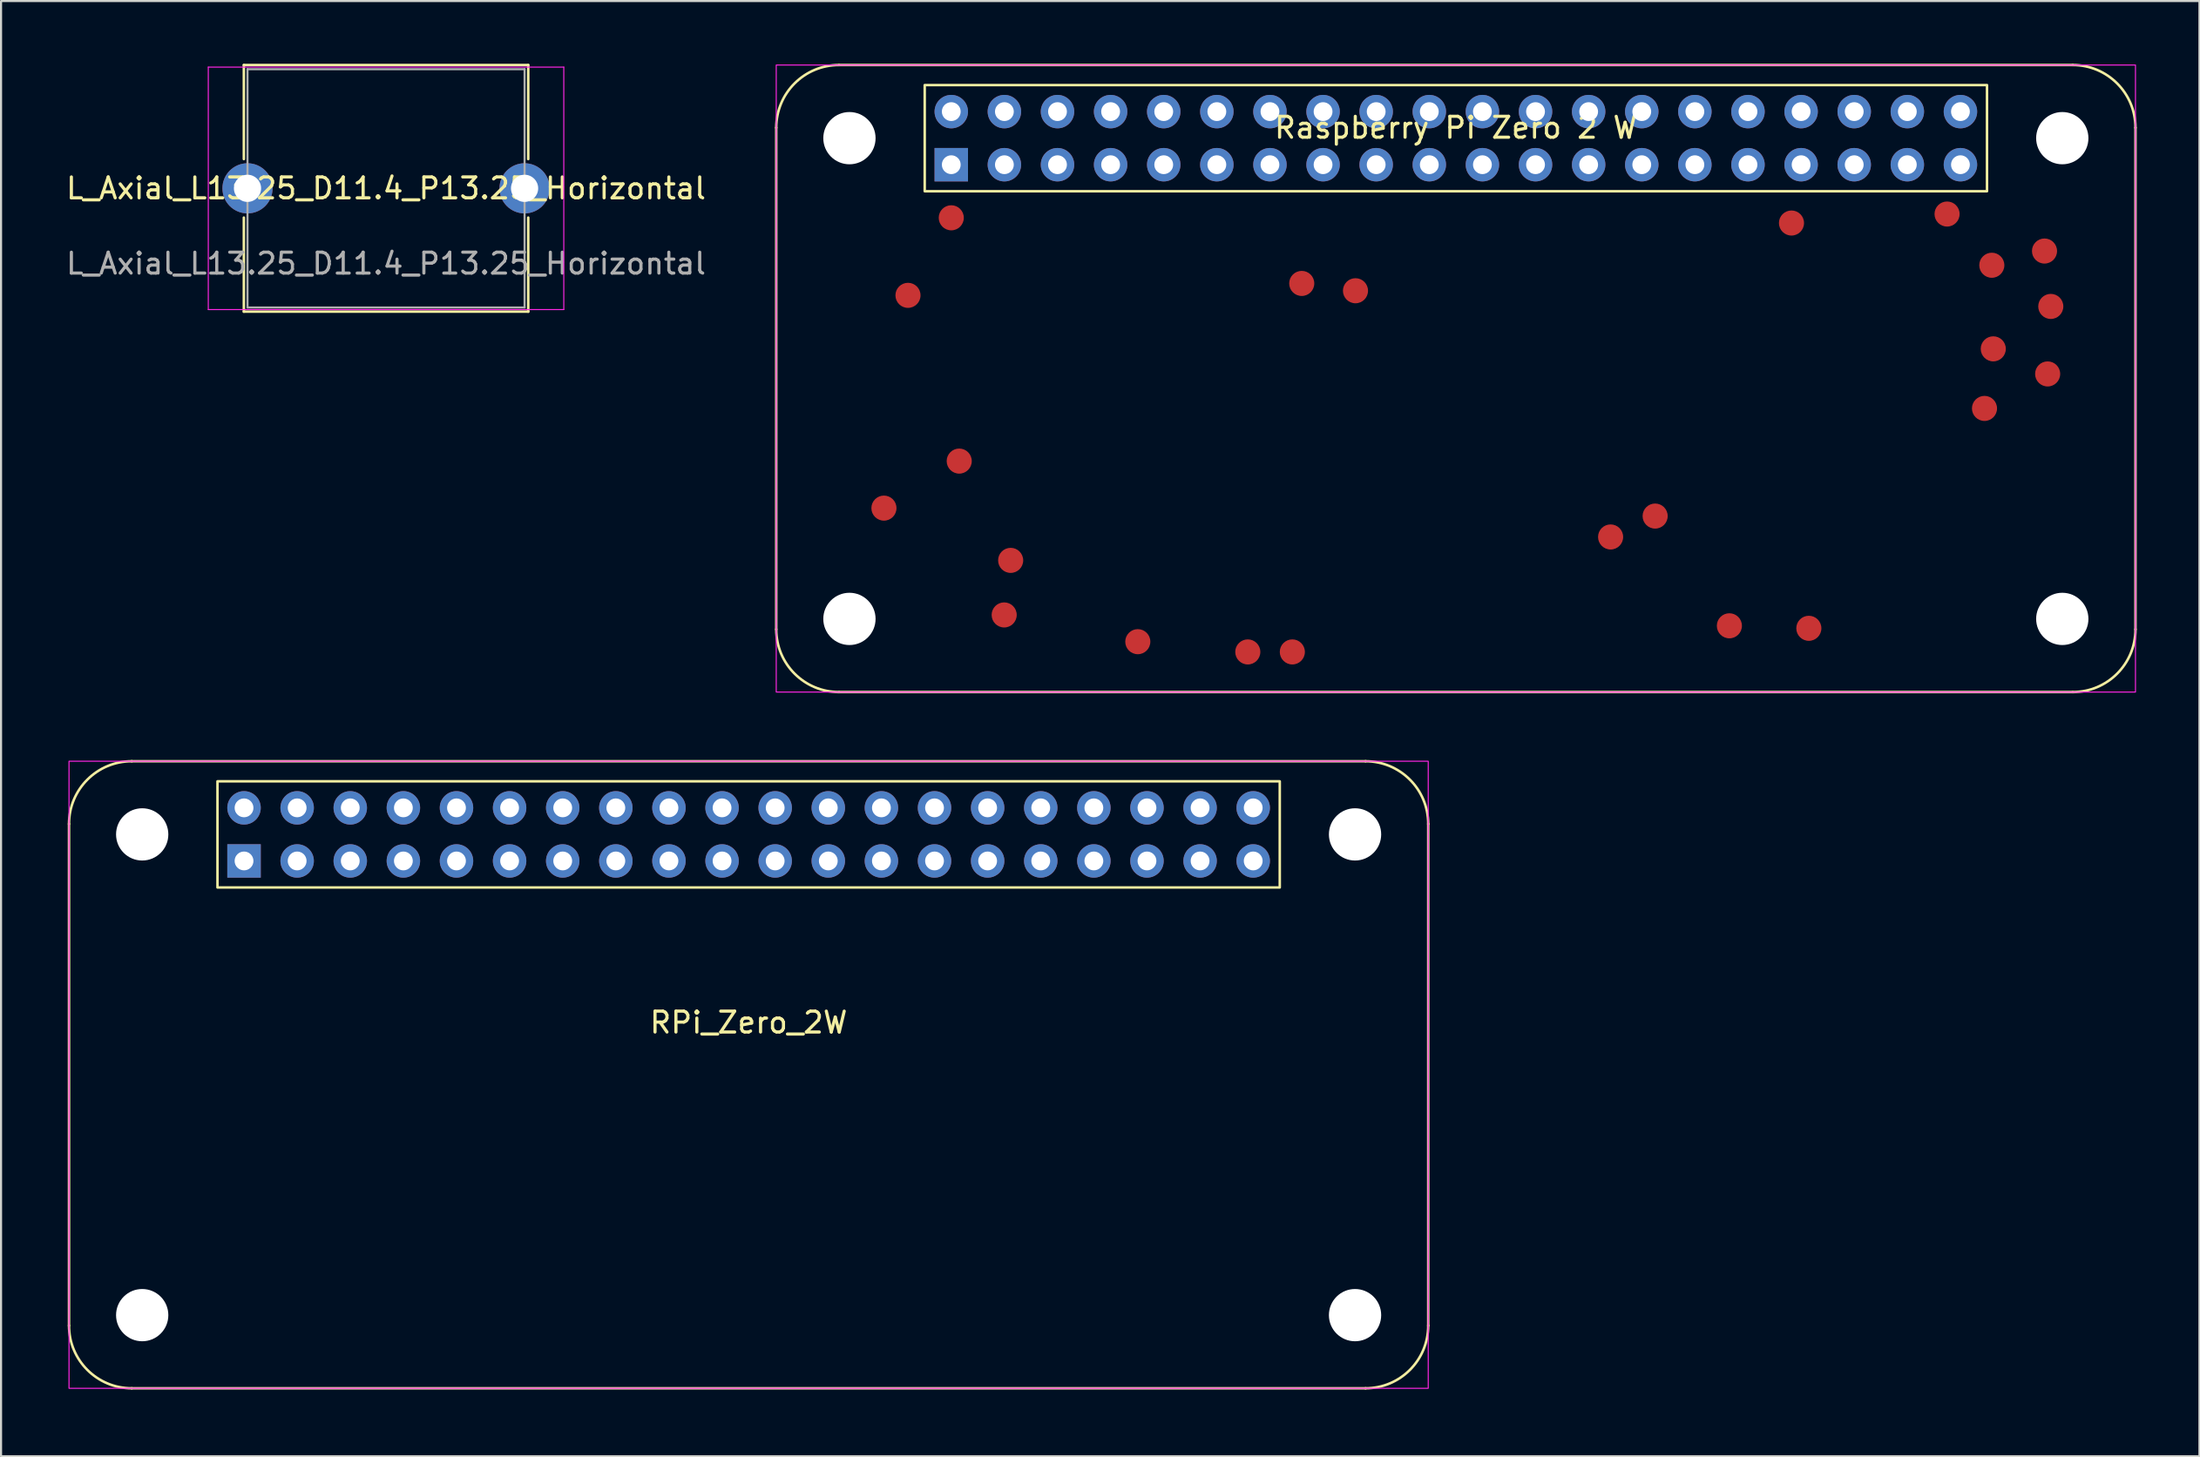
<source format=kicad_pcb>
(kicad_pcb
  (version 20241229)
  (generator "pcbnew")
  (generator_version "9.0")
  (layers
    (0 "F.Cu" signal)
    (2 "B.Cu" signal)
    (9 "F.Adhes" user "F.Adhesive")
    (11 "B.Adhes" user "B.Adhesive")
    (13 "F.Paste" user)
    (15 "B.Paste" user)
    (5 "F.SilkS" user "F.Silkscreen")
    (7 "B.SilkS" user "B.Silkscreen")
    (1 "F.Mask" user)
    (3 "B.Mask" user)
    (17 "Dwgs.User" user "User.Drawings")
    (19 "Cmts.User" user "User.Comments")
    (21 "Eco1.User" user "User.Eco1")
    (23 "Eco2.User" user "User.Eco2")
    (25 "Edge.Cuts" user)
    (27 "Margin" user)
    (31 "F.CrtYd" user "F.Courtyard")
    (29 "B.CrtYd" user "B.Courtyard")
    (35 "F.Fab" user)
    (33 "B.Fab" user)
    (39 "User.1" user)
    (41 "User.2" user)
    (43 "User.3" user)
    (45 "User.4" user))
  (footprint "Raspberry Pi Zero 2 W"
    (layer "F.Cu")
    (at 34.071 30.06)
    (property "Reference" "Raspberry Pi Zero 2 W" (at 32.5 -27 0) (unlocked yes) (layer "F.SilkS") (effects (font (size 1 1) (thickness 0.15))))
    (attr through_hole)
    (fp_line (start 0 -3) (end 0 -27) (stroke (width 0.12) (type solid)) (layer "F.SilkS"))
    (fp_line (start 3 -30) (end 62 -30) (stroke (width 0.12) (type solid)) (layer "F.SilkS"))
    (fp_line (start 62 0) (end 3 0) (stroke (width 0.12) (type solid)) (layer "F.SilkS"))
    (fp_line (start 65 -27) (end 65 -3) (stroke (width 0.12) (type solid)) (layer "F.SilkS"))
    (fp_rect (start 57.9 -23.96) (end 7.1 -29.04) (stroke (width 0.12) (type solid)) (fill no) (layer "F.SilkS"))
    (fp_arc (start 0 -27) (mid 0.87868 -29.12132) (end 3 -30) (stroke (width 0.12) (type solid)) (layer "F.SilkS"))
    (fp_arc (start 3 0) (mid 0.87868 -0.87868) (end 0 -3) (stroke (width 0.12) (type solid)) (layer "F.SilkS"))
    (fp_arc (start 62 -30) (mid 64.12132 -29.12132) (end 65 -27) (stroke (width 0.12) (type solid)) (layer "F.SilkS"))
    (fp_arc (start 65 -3) (mid 64.12132 -0.87868) (end 62 0) (stroke (width 0.12) (type solid)) (layer "F.SilkS"))
    (fp_rect (start 0 -30) (end 65 0) (stroke (width 0.05) (type solid)) (fill no) (layer "F.CrtYd"))
    (pad "" np_thru_hole circle (at 3.5 -26.5) (size 2.5 2.5) (drill 2.5) (layers "*.Cu" "*.Mask"))
    (pad "" np_thru_hole circle (at 3.5 -3.5) (size 2.5 2.5) (drill 2.5) (layers "*.Cu" "*.Mask"))
    (pad "" np_thru_hole circle (at 61.5 -26.5) (size 2.5 2.5) (drill 2.5) (layers "*.Cu" "*.Mask"))
    (pad "" np_thru_hole circle (at 61.5 -3.5) (size 2.5 2.5) (drill 2.5) (layers "*.Cu" "*.Mask"))
    (pad "1" thru_hole rect (at 8.37 -25.23) (size 1.6 1.6) (drill 0.9) (layers "*.Cu" "*.Mask"))
    (pad "1" thru_hole circle (at 10.91 -25.23) (size 1.6 1.6) (drill 0.9) (layers "*.Cu" "*.Mask"))
    (pad "1" thru_hole circle (at 13.45 -25.23) (size 1.6 1.6) (drill 0.9) (layers "*.Cu" "*.Mask"))
    (pad "1" thru_hole circle (at 15.99 -25.23) (size 1.6 1.6) (drill 0.9) (layers "*.Cu" "*.Mask"))
    (pad "1" thru_hole circle (at 18.53 -25.23) (size 1.6 1.6) (drill 0.9) (layers "*.Cu" "*.Mask"))
    (pad "1" thru_hole circle (at 21.07 -25.23) (size 1.6 1.6) (drill 0.9) (layers "*.Cu" "*.Mask"))
    (pad "1" thru_hole circle (at 23.61 -25.23) (size 1.6 1.6) (drill 0.9) (layers "*.Cu" "*.Mask"))
    (pad "1" thru_hole circle (at 26.15 -25.23) (size 1.6 1.6) (drill 0.9) (layers "*.Cu" "*.Mask"))
    (pad "1" thru_hole circle (at 28.69 -25.23) (size 1.6 1.6) (drill 0.9) (layers "*.Cu" "*.Mask"))
    (pad "1" thru_hole circle (at 31.23 -25.23) (size 1.6 1.6) (drill 0.9) (layers "*.Cu" "*.Mask"))
    (pad "1" thru_hole circle (at 33.77 -25.23) (size 1.6 1.6) (drill 0.9) (layers "*.Cu" "*.Mask"))
    (pad "1" thru_hole circle (at 36.31 -25.23) (size 1.6 1.6) (drill 0.9) (layers "*.Cu" "*.Mask"))
    (pad "1" thru_hole circle (at 38.85 -25.23) (size 1.6 1.6) (drill 0.9) (layers "*.Cu" "*.Mask"))
    (pad "1" thru_hole circle (at 41.39 -25.23) (size 1.6 1.6) (drill 0.9) (layers "*.Cu" "*.Mask"))
    (pad "1" thru_hole circle (at 43.93 -25.23) (size 1.6 1.6) (drill 0.9) (layers "*.Cu" "*.Mask"))
    (pad "1" thru_hole circle (at 46.47 -25.23) (size 1.6 1.6) (drill 0.9) (layers "*.Cu" "*.Mask"))
    (pad "1" thru_hole circle (at 49.01 -25.23) (size 1.6 1.6) (drill 0.9) (layers "*.Cu" "*.Mask"))
    (pad "1" thru_hole circle (at 51.55 -25.23) (size 1.6 1.6) (drill 0.9) (layers "*.Cu" "*.Mask"))
    (pad "1" thru_hole circle (at 54.09 -25.23) (size 1.6 1.6) (drill 0.9) (layers "*.Cu" "*.Mask"))
    (pad "1" thru_hole circle (at 56.63 -25.23) (size 1.6 1.6) (drill 0.9) (layers "*.Cu" "*.Mask"))
    (pad "2" thru_hole circle (at 8.37 -27.77) (size 1.6 1.6) (drill 0.9) (layers "*.Cu" "*.Mask"))
    (pad "2" thru_hole circle (at 10.91 -27.77) (size 1.6 1.6) (drill 0.9) (layers "*.Cu" "*.Mask"))
    (pad "2" thru_hole circle (at 13.45 -27.77) (size 1.6 1.6) (drill 0.9) (layers "*.Cu" "*.Mask"))
    (pad "2" thru_hole circle (at 15.99 -27.77) (size 1.6 1.6) (drill 0.9) (layers "*.Cu" "*.Mask"))
    (pad "2" thru_hole circle (at 18.53 -27.77) (size 1.6 1.6) (drill 0.9) (layers "*.Cu" "*.Mask"))
    (pad "2" thru_hole circle (at 21.07 -27.77) (size 1.6 1.6) (drill 0.9) (layers "*.Cu" "*.Mask"))
    (pad "2" thru_hole circle (at 23.61 -27.77) (size 1.6 1.6) (drill 0.9) (layers "*.Cu" "*.Mask"))
    (pad "2" thru_hole circle (at 26.15 -27.77) (size 1.6 1.6) (drill 0.9) (layers "*.Cu" "*.Mask"))
    (pad "2" thru_hole circle (at 28.69 -27.77) (size 1.6 1.6) (drill 0.9) (layers "*.Cu" "*.Mask"))
    (pad "2" thru_hole circle (at 31.23 -27.77) (size 1.6 1.6) (drill 0.9) (layers "*.Cu" "*.Mask"))
    (pad "2" thru_hole circle (at 33.77 -27.77) (size 1.6 1.6) (drill 0.9) (layers "*.Cu" "*.Mask"))
    (pad "2" thru_hole circle (at 36.31 -27.77) (size 1.6 1.6) (drill 0.9) (layers "*.Cu" "*.Mask"))
    (pad "2" thru_hole circle (at 38.85 -27.77) (size 1.6 1.6) (drill 0.9) (layers "*.Cu" "*.Mask"))
    (pad "2" thru_hole circle (at 41.39 -27.77) (size 1.6 1.6) (drill 0.9) (layers "*.Cu" "*.Mask"))
    (pad "2" thru_hole circle (at 43.93 -27.77) (size 1.6 1.6) (drill 0.9) (layers "*.Cu" "*.Mask"))
    (pad "2" thru_hole circle (at 46.47 -27.77) (size 1.6 1.6) (drill 0.9) (layers "*.Cu" "*.Mask"))
    (pad "2" thru_hole circle (at 49.01 -27.77) (size 1.6 1.6) (drill 0.9) (layers "*.Cu" "*.Mask"))
    (pad "2" thru_hole circle (at 51.55 -27.77) (size 1.6 1.6) (drill 0.9) (layers "*.Cu" "*.Mask"))
    (pad "2" thru_hole circle (at 54.09 -27.77) (size 1.6 1.6) (drill 0.9) (layers "*.Cu" "*.Mask"))
    (pad "2" thru_hole circle (at 56.63 -27.77) (size 1.6 1.6) (drill 0.9) (layers "*.Cu" "*.Mask"))
    (pad "TP_1V8" smd circle (at 42.03 -8.42) (size 1.2 1.2) (layers "F.Cu" "F.Mask" "F.Paste"))
    (pad "TP_3V3" smd circle (at 48.55 -22.44) (size 1.2 1.2) (layers "F.Cu" "F.Mask" "F.Paste"))
    (pad "TP_5V" smd circle (at 8.75 -11.05) (size 1.2 1.2) (layers "F.Cu" "F.Mask" "F.Paste"))
    (pad "TP_5V" smd circle (at 11.21 -6.3) (size 1.2 1.2) (layers "F.Cu" "F.Mask" "F.Paste"))
    (pad "TP_BT_ON" smd circle (at 25.13 -19.55) (size 1.2 1.2) (layers "F.Cu" "F.Mask" "F.Paste"))
    (pad "TP_CORE" smd circle (at 6.3 -18.98) (size 1.2 1.2) (layers "F.Cu" "F.Mask" "F.Paste"))
    (pad "TP_GND" smd circle (at 10.9 -3.69) (size 1.2 1.2) (layers "F.Cu" "F.Mask" "F.Paste"))
    (pad "TP_GND" smd circle (at 17.29 -2.41) (size 1.2 1.2) (layers "F.Cu" "F.Mask" "F.Paste"))
    (pad "TP_GND" smd circle (at 49.38 -3.05) (size 1.2 1.2) (layers "F.Cu" "F.Mask" "F.Paste"))
    (pad "TP_GND" smd circle (at 55.99 -22.87) (size 1.2 1.2) (layers "F.Cu" "F.Mask" "F.Paste"))
    (pad "TP_OTG" smd circle (at 39.9 -7.42) (size 1.2 1.2) (layers "F.Cu" "F.Mask" "F.Paste"))
    (pad "TP_RUN" smd circle (at 8.37 -22.69) (size 1.2 1.2) (layers "F.Cu" "F.Mask" "F.Paste"))
    (pad "TP_SD_CLK" smd circle (at 60.95 -18.45) (size 1.2 1.2) (layers "F.Cu" "F.Mask" "F.Paste"))
    (pad "TP_SD_CMD" smd circle (at 58.2 -16.42) (size 1.2 1.2) (layers "F.Cu" "F.Mask" "F.Paste"))
    (pad "TP_SD_DAT0" smd circle (at 58.13 -20.42) (size 1.2 1.2) (layers "F.Cu" "F.Mask" "F.Paste"))
    (pad "TP_SD_DAT1" smd circle (at 60.65 -21.1) (size 1.2 1.2) (layers "F.Cu" "F.Mask" "F.Paste"))
    (pad "TP_SD_DAT2" smd circle (at 57.78 -13.57) (size 1.2 1.2) (layers "F.Cu" "F.Mask" "F.Paste"))
    (pad "TP_SD_DAT3" smd circle (at 60.8 -15.22) (size 1.2 1.2) (layers "F.Cu" "F.Mask" "F.Paste"))
    (pad "TP_STATUS_LED" smd circle (at 5.15 -8.8) (size 1.2 1.2) (layers "F.Cu" "F.Mask" "F.Paste"))
    (pad "TP_TV" smd circle (at 45.58 -3.17) (size 1.2 1.2) (layers "F.Cu" "F.Mask" "F.Paste"))
    (pad "TP_USB_DM" smd circle (at 24.68 -1.92) (size 1.2 1.2) (layers "F.Cu" "F.Mask" "F.Paste"))
    (pad "TP_USB_DP" smd circle (at 22.55 -1.92) (size 1.2 1.2) (layers "F.Cu" "F.Mask" "F.Paste"))
    (pad "TP_WL_ON" smd circle (at 27.7 -19.2) (size 1.2 1.2) (layers "F.Cu" "F.Mask" "F.Paste")))
  (footprint "L_Axial_L13.25_D11.4_P13.25_Horizontal"
    (layer "F.Cu")
    (at 15.411 5.96)
    (property "Reference" "L_Axial_L13.25_D11.4_P13.25_Horizontal" (at 0 0 0) (unlocked yes) (layer "F.SilkS") (effects (font (size 1 1) (thickness 0.15))))
    (attr through_hole)
    (fp_line (start -6.8 -5.9) (end -6.8 -1.4) (stroke (width 0.12) (type solid)) (layer "F.SilkS"))
    (fp_line (start -6.8 1.4) (end -6.8 5.9) (stroke (width 0.12) (type solid)) (layer "F.SilkS"))
    (fp_line (start -6.8 5.9) (end 6.8 5.9) (stroke (width 0.12) (type solid)) (layer "F.SilkS"))
    (fp_line (start 6.8 -5.9) (end -6.8 -5.9) (stroke (width 0.12) (type solid)) (layer "F.SilkS"))
    (fp_line (start 6.8 -5.9) (end 6.8 -1.4) (stroke (width 0.12) (type solid)) (layer "F.SilkS"))
    (fp_line (start 6.8 1.4) (end 6.8 5.9) (stroke (width 0.12) (type solid)) (layer "F.SilkS"))
    (fp_line (start -8.5 -5.8) (end -8.5 5.8) (stroke (width 0.05) (type solid)) (layer "F.CrtYd"))
    (fp_line (start -8.5 5.8) (end 8.5 5.8) (stroke (width 0.05) (type solid)) (layer "F.CrtYd"))
    (fp_line (start 8.5 -5.8) (end -8.5 -5.8) (stroke (width 0.05) (type solid)) (layer "F.CrtYd"))
    (fp_line (start 8.5 5.8) (end 8.5 -5.8) (stroke (width 0.05) (type solid)) (layer "F.CrtYd"))
    (fp_line (start -6.625 -5.7) (end -6.625 5.7) (stroke (width 0.1) (type solid)) (layer "F.Fab"))
    (fp_line (start -6.625 5.7) (end 6.625 5.7) (stroke (width 0.1) (type solid)) (layer "F.Fab"))
    (fp_line (start 6.625 -5.7) (end -6.625 -5.7) (stroke (width 0.1) (type solid)) (layer "F.Fab"))
    (fp_line (start 6.625 5.7) (end 6.625 -5.7) (stroke (width 0.1) (type solid)) (layer "F.Fab"))
    (fp_text user "${REFERENCE}" (at 0 3.6 0) (layer "F.Fab") (effects (font (size 1 1) (thickness 0.15))))
    (pad "1" thru_hole circle (at -6.625 0) (size 2.4 2.4) (drill 1.3) (layers "*.Cu" "*.Mask"))
    (pad "2" thru_hole circle (at 6.625 0) (size 2.4 2.4) (drill 1.3) (layers "*.Cu" "*.Mask")))
  (footprint "RPi_Zero_2W"
    (layer "F.Cu")
    (at 0.25 63.37)
    (property "Reference" "RPi_Zero_2W" (at 32.5 -17.5 0) (unlocked yes) (layer "F.SilkS") (effects (font (size 1 1) (thickness 0.15))))
    (attr through_hole)
    (fp_line (start 0 -3) (end 0 -27) (stroke (width 0.12) (type solid)) (layer "F.SilkS"))
    (fp_line (start 3 -30) (end 62 -30) (stroke (width 0.12) (type solid)) (layer "F.SilkS"))
    (fp_line (start 62 0) (end 3 0) (stroke (width 0.12) (type solid)) (layer "F.SilkS"))
    (fp_line (start 65 -27) (end 65 -3) (stroke (width 0.12) (type solid)) (layer "F.SilkS"))
    (fp_rect (start 57.9 -23.96) (end 7.1 -29.04) (stroke (width 0.12) (type solid)) (fill no) (layer "F.SilkS"))
    (fp_arc (start 0 -27) (mid 0.87868 -29.12132) (end 3 -30) (stroke (width 0.12) (type solid)) (layer "F.SilkS"))
    (fp_arc (start 3 0) (mid 0.87868 -0.87868) (end 0 -3) (stroke (width 0.12) (type solid)) (layer "F.SilkS"))
    (fp_arc (start 62 -30) (mid 64.12132 -29.12132) (end 65 -27) (stroke (width 0.12) (type solid)) (layer "F.SilkS"))
    (fp_arc (start 65 -3) (mid 64.12132 -0.87868) (end 62 0) (stroke (width 0.12) (type solid)) (layer "F.SilkS"))
    (fp_rect (start 0 -30) (end 65 0) (stroke (width 0.05) (type solid)) (fill no) (layer "F.CrtYd"))
    (pad "" np_thru_hole circle (at 3.5 -26.5) (size 2.5 2.5) (drill 2.5) (layers "*.Cu" "*.Mask"))
    (pad "" np_thru_hole circle (at 3.5 -3.5) (size 2.5 2.5) (drill 2.5) (layers "*.Cu" "*.Mask"))
    (pad "" np_thru_hole circle (at 61.5 -26.5) (size 2.5 2.5) (drill 2.5) (layers "*.Cu" "*.Mask"))
    (pad "" np_thru_hole circle (at 61.5 -3.5) (size 2.5 2.5) (drill 2.5) (layers "*.Cu" "*.Mask"))
    (pad "1" thru_hole rect (at 8.37 -25.23) (size 1.6 1.6) (drill 0.9) (layers "*.Cu" "*.Mask"))
    (pad "2" thru_hole circle (at 8.37 -27.77) (size 1.6 1.6) (drill 0.9) (layers "*.Cu" "*.Mask"))
    (pad "3" thru_hole circle (at 10.91 -25.23) (size 1.6 1.6) (drill 0.9) (layers "*.Cu" "*.Mask"))
    (pad "4" thru_hole circle (at 10.91 -27.77) (size 1.6 1.6) (drill 0.9) (layers "*.Cu" "*.Mask"))
    (pad "5" thru_hole circle (at 13.45 -25.23) (size 1.6 1.6) (drill 0.9) (layers "*.Cu" "*.Mask"))
    (pad "6" thru_hole circle (at 13.45 -27.77) (size 1.6 1.6) (drill 0.9) (layers "*.Cu" "*.Mask"))
    (pad "7" thru_hole circle (at 15.99 -25.23) (size 1.6 1.6) (drill 0.9) (layers "*.Cu" "*.Mask"))
    (pad "8" thru_hole circle (at 15.99 -27.77) (size 1.6 1.6) (drill 0.9) (layers "*.Cu" "*.Mask"))
    (pad "9" thru_hole circle (at 18.53 -25.23) (size 1.6 1.6) (drill 0.9) (layers "*.Cu" "*.Mask"))
    (pad "10" thru_hole circle (at 18.53 -27.77) (size 1.6 1.6) (drill 0.9) (layers "*.Cu" "*.Mask"))
    (pad "11" thru_hole circle (at 21.07 -25.23) (size 1.6 1.6) (drill 0.9) (layers "*.Cu" "*.Mask"))
    (pad "12" thru_hole circle (at 21.07 -27.77) (size 1.6 1.6) (drill 0.9) (layers "*.Cu" "*.Mask"))
    (pad "13" thru_hole circle (at 23.61 -25.23) (size 1.6 1.6) (drill 0.9) (layers "*.Cu" "*.Mask"))
    (pad "14" thru_hole circle (at 23.61 -27.77) (size 1.6 1.6) (drill 0.9) (layers "*.Cu" "*.Mask"))
    (pad "15" thru_hole circle (at 26.15 -25.23) (size 1.6 1.6) (drill 0.9) (layers "*.Cu" "*.Mask"))
    (pad "16" thru_hole circle (at 26.15 -27.77) (size 1.6 1.6) (drill 0.9) (layers "*.Cu" "*.Mask"))
    (pad "17" thru_hole circle (at 28.69 -25.23) (size 1.6 1.6) (drill 0.9) (layers "*.Cu" "*.Mask"))
    (pad "18" thru_hole circle (at 28.69 -27.77) (size 1.6 1.6) (drill 0.9) (layers "*.Cu" "*.Mask"))
    (pad "19" thru_hole circle (at 31.23 -25.23) (size 1.6 1.6) (drill 0.9) (layers "*.Cu" "*.Mask"))
    (pad "20" thru_hole circle (at 31.23 -27.77) (size 1.6 1.6) (drill 0.9) (layers "*.Cu" "*.Mask"))
    (pad "21" thru_hole circle (at 33.77 -25.23) (size 1.6 1.6) (drill 0.9) (layers "*.Cu" "*.Mask"))
    (pad "22" thru_hole circle (at 33.77 -27.77) (size 1.6 1.6) (drill 0.9) (layers "*.Cu" "*.Mask"))
    (pad "23" thru_hole circle (at 36.31 -25.23) (size 1.6 1.6) (drill 0.9) (layers "*.Cu" "*.Mask"))
    (pad "24" thru_hole circle (at 36.31 -27.77) (size 1.6 1.6) (drill 0.9) (layers "*.Cu" "*.Mask"))
    (pad "25" thru_hole circle (at 38.85 -25.23) (size 1.6 1.6) (drill 0.9) (layers "*.Cu" "*.Mask"))
    (pad "26" thru_hole circle (at 38.85 -27.77) (size 1.6 1.6) (drill 0.9) (layers "*.Cu" "*.Mask"))
    (pad "27" thru_hole circle (at 41.39 -25.23) (size 1.6 1.6) (drill 0.9) (layers "*.Cu" "*.Mask"))
    (pad "28" thru_hole circle (at 41.39 -27.77) (size 1.6 1.6) (drill 0.9) (layers "*.Cu" "*.Mask"))
    (pad "29" thru_hole circle (at 43.93 -25.23) (size 1.6 1.6) (drill 0.9) (layers "*.Cu" "*.Mask"))
    (pad "30" thru_hole circle (at 43.93 -27.77) (size 1.6 1.6) (drill 0.9) (layers "*.Cu" "*.Mask"))
    (pad "31" thru_hole circle (at 46.47 -25.23) (size 1.6 1.6) (drill 0.9) (layers "*.Cu" "*.Mask"))
    (pad "32" thru_hole circle (at 46.47 -27.77) (size 1.6 1.6) (drill 0.9) (layers "*.Cu" "*.Mask"))
    (pad "33" thru_hole circle (at 49.01 -25.23) (size 1.6 1.6) (drill 0.9) (layers "*.Cu" "*.Mask"))
    (pad "34" thru_hole circle (at 49.01 -27.77) (size 1.6 1.6) (drill 0.9) (layers "*.Cu" "*.Mask"))
    (pad "35" thru_hole circle (at 51.55 -25.23) (size 1.6 1.6) (drill 0.9) (layers "*.Cu" "*.Mask"))
    (pad "36" thru_hole circle (at 51.55 -27.77) (size 1.6 1.6) (drill 0.9) (layers "*.Cu" "*.Mask"))
    (pad "37" thru_hole circle (at 54.09 -25.23) (size 1.6 1.6) (drill 0.9) (layers "*.Cu" "*.Mask"))
    (pad "38" thru_hole circle (at 54.09 -27.77) (size 1.6 1.6) (drill 0.9) (layers "*.Cu" "*.Mask"))
    (pad "39" thru_hole circle (at 56.63 -25.23) (size 1.6 1.6) (drill 0.9) (layers "*.Cu" "*.Mask"))
    (pad "40" thru_hole circle (at 56.63 -27.77) (size 1.6 1.6) (drill 0.9) (layers "*.Cu" "*.Mask")))
  (gr_rect
    (start -3 -3)
    (end 102.131 66.62)
    (stroke (width 0.1) (type default))
    (fill no)
    (layer "Edge.Cuts")))
</source>
